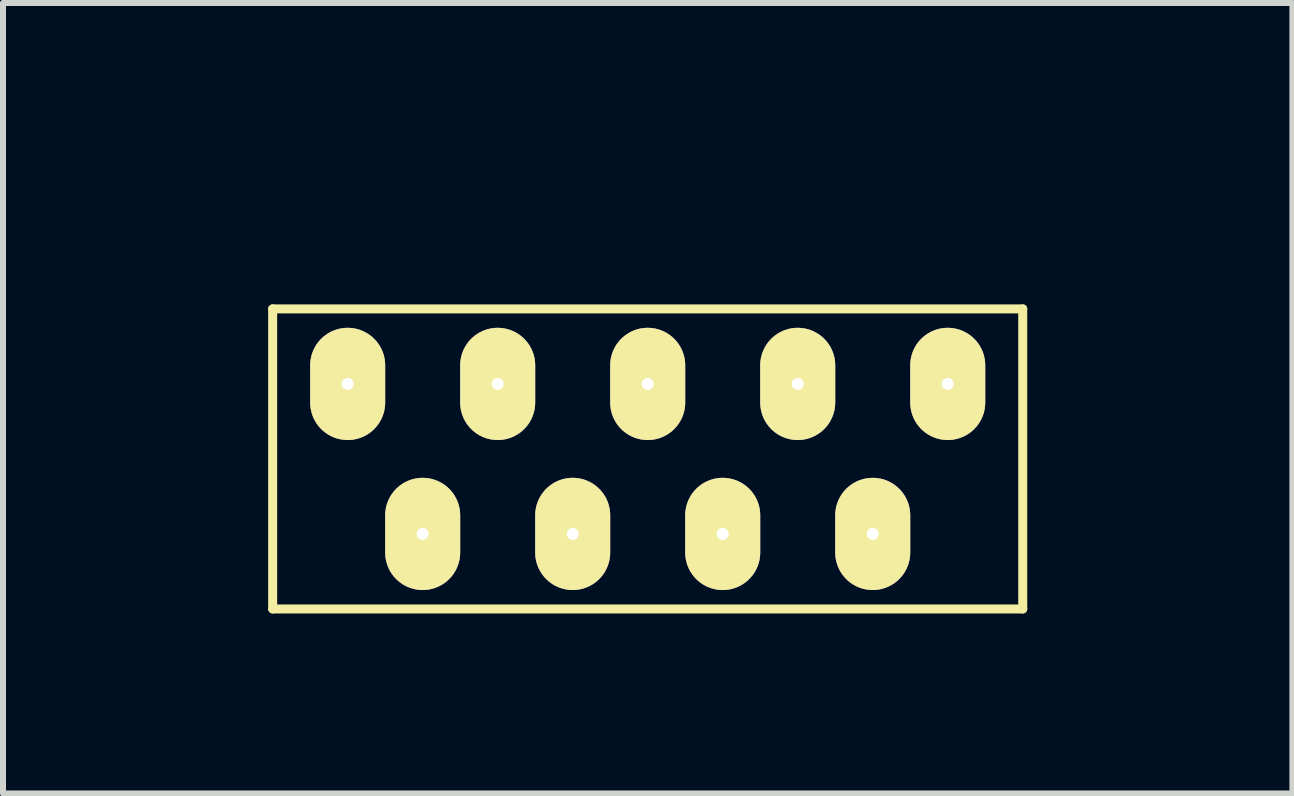
<source format=kicad_pcb>
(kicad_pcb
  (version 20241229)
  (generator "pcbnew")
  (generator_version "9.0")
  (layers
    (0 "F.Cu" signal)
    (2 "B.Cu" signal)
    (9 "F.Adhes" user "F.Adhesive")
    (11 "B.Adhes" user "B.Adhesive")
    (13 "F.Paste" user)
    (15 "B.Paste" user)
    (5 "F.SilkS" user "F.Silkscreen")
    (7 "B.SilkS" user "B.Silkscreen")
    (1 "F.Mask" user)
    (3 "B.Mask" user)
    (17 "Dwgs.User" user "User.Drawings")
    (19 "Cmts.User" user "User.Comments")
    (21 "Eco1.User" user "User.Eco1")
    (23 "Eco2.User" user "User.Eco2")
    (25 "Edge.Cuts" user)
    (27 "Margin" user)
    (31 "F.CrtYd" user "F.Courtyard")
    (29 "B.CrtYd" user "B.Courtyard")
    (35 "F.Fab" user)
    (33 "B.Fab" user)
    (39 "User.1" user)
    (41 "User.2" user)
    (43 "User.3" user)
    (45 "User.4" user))
  (footprint "ffc_1.25mm_9p_oval"
    (layer "F.Cu")
    (at 7.744 2.098)
    (property "Reference" "ffc_1.25mm_9p_oval" (at 0 -1.25 0) (layer "Eco1.User") (effects (font (size 1 1) (thickness 0.15))))
    (attr through_hole)
    (fp_line (start -6.25 0) (end -6.25 5) (stroke (width 0.15) (type solid)) (layer "F.SilkS"))
    (fp_line (start -6.25 5) (end 6.25 5) (stroke (width 0.15) (type solid)) (layer "F.SilkS"))
    (fp_line (start 6.25 0) (end -6.25 0) (stroke (width 0.15) (type solid)) (layer "F.SilkS"))
    (fp_line (start 6.25 5) (end 6.25 0) (stroke (width 0.15) (type solid)) (layer "F.SilkS"))
    (pad "1" thru_hole oval (at -5 1.25) (size 1.25 1.87) (drill 0.2) (layers "*.Cu" "*.Mask" "F.SilkS"))
    (pad "2" thru_hole oval (at -3.75 3.75) (size 1.25 1.87) (drill 0.2) (layers "*.Cu" "*.Mask" "F.SilkS"))
    (pad "3" thru_hole oval (at -2.5 1.25) (size 1.25 1.87) (drill 0.2) (layers "*.Cu" "*.Mask" "F.SilkS"))
    (pad "4" thru_hole oval (at -1.25 3.75) (size 1.25 1.87) (drill 0.2) (layers "*.Cu" "*.Mask" "F.SilkS"))
    (pad "5" thru_hole oval (at 0 1.25) (size 1.25 1.87) (drill 0.2) (layers "*.Cu" "*.Mask" "F.SilkS"))
    (pad "6" thru_hole oval (at 1.25 3.75) (size 1.25 1.87) (drill 0.2) (layers "*.Cu" "*.Mask" "F.SilkS"))
    (pad "7" thru_hole oval (at 2.5 1.25) (size 1.25 1.87) (drill 0.2) (layers "*.Cu" "*.Mask" "F.SilkS"))
    (pad "8" thru_hole oval (at 3.75 3.75) (size 1.25 1.87) (drill 0.2) (layers "*.Cu" "*.Mask" "F.SilkS"))
    (pad "9" thru_hole oval (at 5 1.25) (size 1.25 1.87) (drill 0.2) (layers "*.Cu" "*.Mask" "F.SilkS")))
  (gr_rect
    (start -3 -3)
    (end 18.488 10.173)
    (stroke (width 0.1) (type default))
    (fill no)
    (layer "Edge.Cuts")))
</source>
